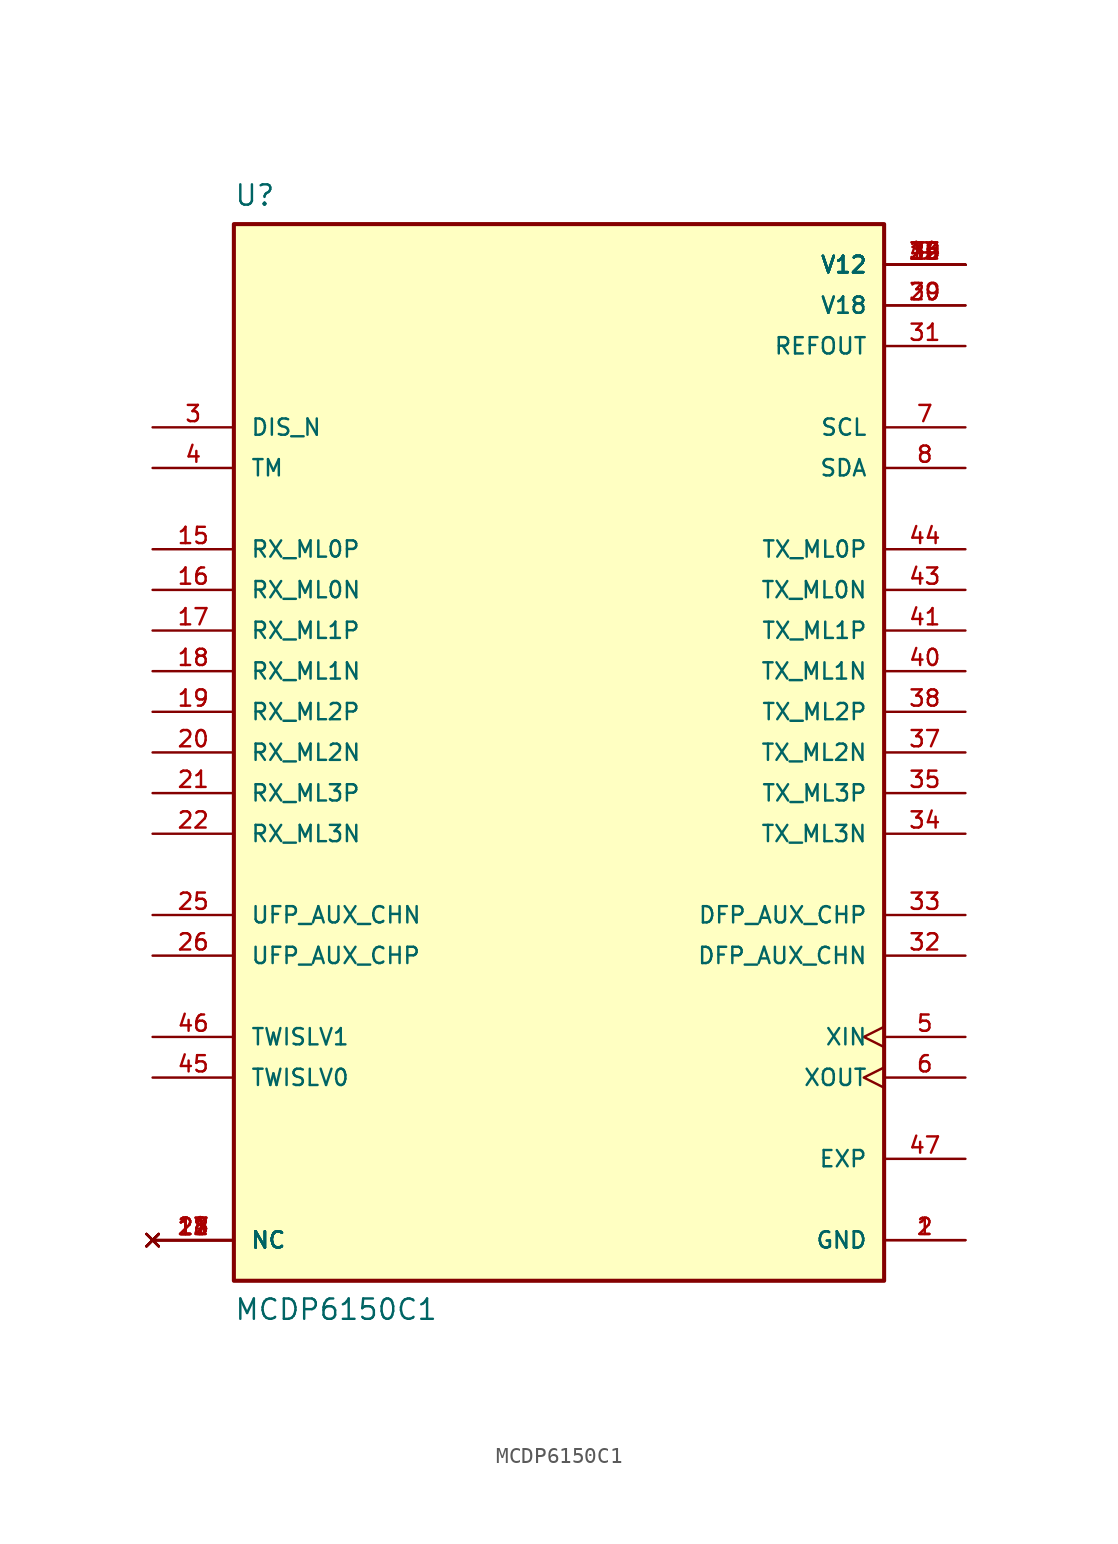
<source format=kicad_sym>
(kicad_symbol_lib
  (version 20241209)
  (generator "kicad_symbol_editor")
  (generator_version "9.0")
  (symbol "MCDP6150C1"
    (pin_names
      (offset 1.016))
    (property "Reference" "U"
      (at -20.32 35.56 0)
      (effects (font (size 1.27 1.27)) (justify left top)))
    (property "Value" "MCDP6150C1"
      (at -20.32 -35.56 0)
      (effects (font (size 1.27 1.27)) (justify left bottom)))
    (symbol "MCDP6150C1_0_0"
      (rectangle (start -20.32 -33.02) (end 20.32 33.02) (stroke (width 0.254) (type default)) (fill (type background)))
      (pin input line (at -25.4 20.32 0) (length 5.08) (name "DIS_N" (effects (font (size 1.016 1.016)))) (number "3" (effects (font (size 1.016 1.016)))))
      (pin input line (at -25.4 17.78 0) (length 5.08) (name "TM" (effects (font (size 1.016 1.016)))) (number "4" (effects (font (size 1.016 1.016)))))
      (pin input line (at -25.4 12.7 0) (length 5.08) (name "RX_ML0P" (effects (font (size 1.016 1.016)))) (number "15" (effects (font (size 1.016 1.016)))))
      (pin input line (at -25.4 10.16 0) (length 5.08) (name "RX_ML0N" (effects (font (size 1.016 1.016)))) (number "16" (effects (font (size 1.016 1.016)))))
      (pin input line (at -25.4 7.62 0) (length 5.08) (name "RX_ML1P" (effects (font (size 1.016 1.016)))) (number "17" (effects (font (size 1.016 1.016)))))
      (pin input line (at -25.4 5.08 0) (length 5.08) (name "RX_ML1N" (effects (font (size 1.016 1.016)))) (number "18" (effects (font (size 1.016 1.016)))))
      (pin input line (at -25.4 2.54 0) (length 5.08) (name "RX_ML2P" (effects (font (size 1.016 1.016)))) (number "19" (effects (font (size 1.016 1.016)))))
      (pin input line (at -25.4 0 0) (length 5.08) (name "RX_ML2N" (effects (font (size 1.016 1.016)))) (number "20" (effects (font (size 1.016 1.016)))))
      (pin input line (at -25.4 -2.54 0) (length 5.08) (name "RX_ML3P" (effects (font (size 1.016 1.016)))) (number "21" (effects (font (size 1.016 1.016)))))
      (pin input line (at -25.4 -5.08 0) (length 5.08) (name "RX_ML3N" (effects (font (size 1.016 1.016)))) (number "22" (effects (font (size 1.016 1.016)))))
      (pin bidirectional line (at -25.4 -10.16 0) (length 5.08) (name "UFP_AUX_CHN" (effects (font (size 1.016 1.016)))) (number "25" (effects (font (size 1.016 1.016)))))
      (pin bidirectional line (at -25.4 -12.7 0) (length 5.08) (name "UFP_AUX_CHP" (effects (font (size 1.016 1.016)))) (number "26" (effects (font (size 1.016 1.016)))))
      (pin input line (at -25.4 -17.78 0) (length 5.08) (name "TWISLV1" (effects (font (size 1.016 1.016)))) (number "46" (effects (font (size 1.016 1.016)))))
      (pin input line (at -25.4 -20.32 0) (length 5.08) (name "TWISLV0" (effects (font (size 1.016 1.016)))) (number "45" (effects (font (size 1.016 1.016)))))
      (pin no_connect line (at -25.4 -30.48 0) (length 5.08) (name "NC" (effects (font (size 1.016 1.016)))) (number "11" (effects (font (size 1.016 1.016)))))
      (pin no_connect line (at -25.4 -30.48 0) (length 5.08) (name "NC" (effects (font (size 1.016 1.016)))) (number "12" (effects (font (size 1.016 1.016)))))
      (pin no_connect line (at -25.4 -30.48 0) (length 5.08) (name "NC" (effects (font (size 1.016 1.016)))) (number "13" (effects (font (size 1.016 1.016)))))
      (pin no_connect line (at -25.4 -30.48 0) (length 5.08) (name "NC" (effects (font (size 1.016 1.016)))) (number "14" (effects (font (size 1.016 1.016)))))
      (pin no_connect line (at -25.4 -30.48 0) (length 5.08) (name "NC" (effects (font (size 1.016 1.016)))) (number "27" (effects (font (size 1.016 1.016)))))
      (pin no_connect line (at -25.4 -30.48 0) (length 5.08) (name "NC" (effects (font (size 1.016 1.016)))) (number "28" (effects (font (size 1.016 1.016)))))
      (pin power_in line (at 25.4 30.48 180) (length 5.08) (name "V12" (effects (font (size 1.016 1.016)))) (number "10" (effects (font (size 1.016 1.016)))))
      (pin power_in line (at 25.4 30.48 180) (length 5.08) (name "V12" (effects (font (size 1.016 1.016)))) (number "23" (effects (font (size 1.016 1.016)))))
      (pin power_in line (at 25.4 30.48 180) (length 5.08) (name "V12" (effects (font (size 1.016 1.016)))) (number "24" (effects (font (size 1.016 1.016)))))
      (pin power_in line (at 25.4 30.48 180) (length 5.08) (name "V12" (effects (font (size 1.016 1.016)))) (number "36" (effects (font (size 1.016 1.016)))))
      (pin power_in line (at 25.4 30.48 180) (length 5.08) (name "V12" (effects (font (size 1.016 1.016)))) (number "39" (effects (font (size 1.016 1.016)))))
      (pin power_in line (at 25.4 30.48 180) (length 5.08) (name "V12" (effects (font (size 1.016 1.016)))) (number "42" (effects (font (size 1.016 1.016)))))
      (pin power_in line (at 25.4 30.48 180) (length 5.08) (name "V12" (effects (font (size 1.016 1.016)))) (number "9" (effects (font (size 1.016 1.016)))))
      (pin power_in line (at 25.4 27.94 180) (length 5.08) (name "V18" (effects (font (size 1.016 1.016)))) (number "29" (effects (font (size 1.016 1.016)))))
      (pin power_in line (at 25.4 27.94 180) (length 5.08) (name "V18" (effects (font (size 1.016 1.016)))) (number "30" (effects (font (size 1.016 1.016)))))
      (pin output line (at 25.4 25.4 180) (length 5.08) (name "REFOUT" (effects (font (size 1.016 1.016)))) (number "31" (effects (font (size 1.016 1.016)))))
      (pin input line (at 25.4 20.32 180) (length 5.08) (name "SCL" (effects (font (size 1.016 1.016)))) (number "7" (effects (font (size 1.016 1.016)))))
      (pin bidirectional line (at 25.4 17.78 180) (length 5.08) (name "SDA" (effects (font (size 1.016 1.016)))) (number "8" (effects (font (size 1.016 1.016)))))
      (pin output line (at 25.4 12.7 180) (length 5.08) (name "TX_ML0P" (effects (font (size 1.016 1.016)))) (number "44" (effects (font (size 1.016 1.016)))))
      (pin output line (at 25.4 10.16 180) (length 5.08) (name "TX_ML0N" (effects (font (size 1.016 1.016)))) (number "43" (effects (font (size 1.016 1.016)))))
      (pin output line (at 25.4 7.62 180) (length 5.08) (name "TX_ML1P" (effects (font (size 1.016 1.016)))) (number "41" (effects (font (size 1.016 1.016)))))
      (pin output line (at 25.4 5.08 180) (length 5.08) (name "TX_ML1N" (effects (font (size 1.016 1.016)))) (number "40" (effects (font (size 1.016 1.016)))))
      (pin output line (at 25.4 2.54 180) (length 5.08) (name "TX_ML2P" (effects (font (size 1.016 1.016)))) (number "38" (effects (font (size 1.016 1.016)))))
      (pin output line (at 25.4 0 180) (length 5.08) (name "TX_ML2N" (effects (font (size 1.016 1.016)))) (number "37" (effects (font (size 1.016 1.016)))))
      (pin output line (at 25.4 -2.54 180) (length 5.08) (name "TX_ML3P" (effects (font (size 1.016 1.016)))) (number "35" (effects (font (size 1.016 1.016)))))
      (pin output line (at 25.4 -5.08 180) (length 5.08) (name "TX_ML3N" (effects (font (size 1.016 1.016)))) (number "34" (effects (font (size 1.016 1.016)))))
      (pin bidirectional line (at 25.4 -10.16 180) (length 5.08) (name "DFP_AUX_CHP" (effects (font (size 1.016 1.016)))) (number "33" (effects (font (size 1.016 1.016)))))
      (pin bidirectional line (at 25.4 -12.7 180) (length 5.08) (name "DFP_AUX_CHN" (effects (font (size 1.016 1.016)))) (number "32" (effects (font (size 1.016 1.016)))))
      (pin input clock (at 25.4 -17.78 180) (length 5.08) (name "XIN" (effects (font (size 1.016 1.016)))) (number "5" (effects (font (size 1.016 1.016)))))
      (pin output clock (at 25.4 -20.32 180) (length 5.08) (name "XOUT" (effects (font (size 1.016 1.016)))) (number "6" (effects (font (size 1.016 1.016)))))
      (pin power_in line (at 25.4 -25.4 180) (length 5.08) (name "EXP" (effects (font (size 1.016 1.016)))) (number "47" (effects (font (size 1.016 1.016)))))
      (pin power_in line (at 25.4 -30.48 180) (length 5.08) (name "GND" (effects (font (size 1.016 1.016)))) (number "1" (effects (font (size 1.016 1.016)))))
      (pin power_in line (at 25.4 -30.48 180) (length 5.08) (name "GND" (effects (font (size 1.016 1.016)))) (number "2" (effects (font (size 1.016 1.016))))))))
</source>
